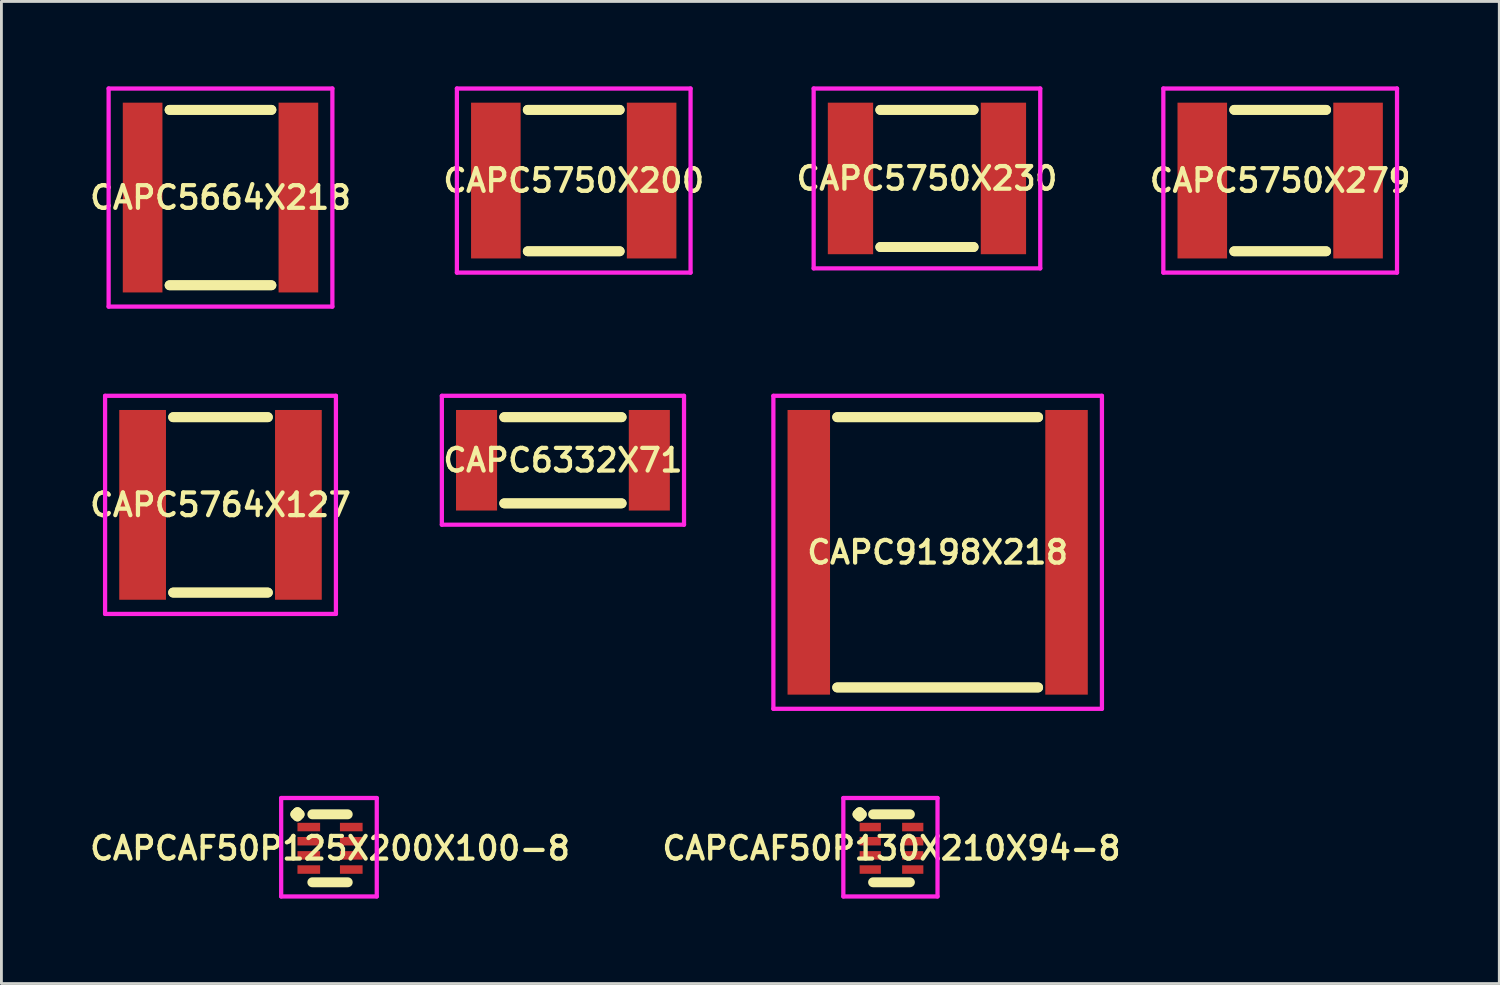
<source format=kicad_pcb>
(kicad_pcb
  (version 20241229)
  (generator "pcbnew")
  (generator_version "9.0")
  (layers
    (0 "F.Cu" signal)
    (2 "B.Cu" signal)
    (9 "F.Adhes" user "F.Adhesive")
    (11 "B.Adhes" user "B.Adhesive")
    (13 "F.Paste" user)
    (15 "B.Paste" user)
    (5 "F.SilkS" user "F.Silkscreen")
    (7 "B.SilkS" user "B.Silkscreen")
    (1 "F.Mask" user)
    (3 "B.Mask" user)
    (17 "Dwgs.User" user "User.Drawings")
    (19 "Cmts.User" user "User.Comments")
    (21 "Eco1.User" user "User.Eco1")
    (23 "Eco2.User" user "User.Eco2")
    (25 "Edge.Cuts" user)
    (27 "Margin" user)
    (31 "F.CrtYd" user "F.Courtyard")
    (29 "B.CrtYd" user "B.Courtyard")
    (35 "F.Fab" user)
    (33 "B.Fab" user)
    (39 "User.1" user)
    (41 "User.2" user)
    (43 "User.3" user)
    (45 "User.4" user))
  (footprint "CAPC5764X127"
    (layer "F.Cu")
    (at 4.735 14.775)
    (property "Reference" "CAPC5764X127" (at 0 0 0) (layer "F.SilkS") (effects (font (size 0.8 0.8) (thickness 0.15))))
    (attr smd)
    (fp_line (start -1.671 -3.096) (end 1.671 -3.096) (stroke (width 0.35) (type solid)) (layer "F.SilkS"))
    (fp_line (start -1.671 3.096) (end 1.671 3.096) (stroke (width 0.35) (type solid)) (layer "F.SilkS"))
    (fp_line (start 1.671 -3.096) (end -1.671 -3.096) (stroke (width 0.35) (type solid)) (layer "F.SilkS"))
    (fp_line (start 1.671 3.096) (end -1.671 3.096) (stroke (width 0.35) (type solid)) (layer "F.SilkS"))
    (fp_line (start -4.075 -3.85) (end 4.075 -3.85) (stroke (width 0.15) (type solid)) (layer "F.CrtYd"))
    (fp_line (start -4.075 3.85) (end -4.075 -3.85) (stroke (width 0.15) (type solid)) (layer "F.CrtYd"))
    (fp_line (start 4.075 -3.85) (end 4.075 3.85) (stroke (width 0.15) (type solid)) (layer "F.CrtYd"))
    (fp_line (start 4.075 3.85) (end -4.075 3.85) (stroke (width 0.15) (type solid)) (layer "F.CrtYd"))
    (pad "1" smd rect (at -2.75 0) (size 1.65 6.7) (layers "F.Cu" "F.Mask" "F.Paste"))
    (pad "2" smd rect (at 2.75 0) (size 1.65 6.7) (layers "F.Cu" "F.Mask" "F.Paste")))
  (footprint "CAPC5750X279"
    (layer "F.Cu")
    (at 42.148 3.325)
    (property "Reference" "CAPC5750X279" (at 0 0 0) (layer "F.SilkS") (effects (font (size 0.8 0.8) (thickness 0.15))))
    (attr smd)
    (fp_line (start -1.621 -2.496) (end 1.621 -2.496) (stroke (width 0.35) (type solid)) (layer "F.SilkS"))
    (fp_line (start -1.621 2.496) (end 1.621 2.496) (stroke (width 0.35) (type solid)) (layer "F.SilkS"))
    (fp_line (start 1.621 -2.496) (end -1.621 -2.496) (stroke (width 0.35) (type solid)) (layer "F.SilkS"))
    (fp_line (start 1.621 2.496) (end -1.621 2.496) (stroke (width 0.35) (type solid)) (layer "F.SilkS"))
    (fp_line (start -4.125 -3.25) (end 4.125 -3.25) (stroke (width 0.15) (type solid)) (layer "F.CrtYd"))
    (fp_line (start -4.125 3.25) (end -4.125 -3.25) (stroke (width 0.15) (type solid)) (layer "F.CrtYd"))
    (fp_line (start 4.125 -3.25) (end 4.125 3.25) (stroke (width 0.15) (type solid)) (layer "F.CrtYd"))
    (fp_line (start 4.125 3.25) (end -4.125 3.25) (stroke (width 0.15) (type solid)) (layer "F.CrtYd"))
    (pad "1" smd rect (at -2.75 0) (size 1.75 5.5) (layers "F.Cu" "F.Mask" "F.Paste"))
    (pad "2" smd rect (at 2.75 0) (size 1.75 5.5) (layers "F.Cu" "F.Mask" "F.Paste")))
  (footprint "CAPC5664X218"
    (layer "F.Cu")
    (at 4.735 3.925)
    (property "Reference" "CAPC5664X218" (at 0 0 0) (layer "F.SilkS") (effects (font (size 0.8 0.8) (thickness 0.15))))
    (attr smd)
    (fp_line (start -1.796 -3.096) (end 1.796 -3.096) (stroke (width 0.35) (type solid)) (layer "F.SilkS"))
    (fp_line (start -1.796 3.096) (end 1.796 3.096) (stroke (width 0.35) (type solid)) (layer "F.SilkS"))
    (fp_line (start 1.796 -3.096) (end -1.796 -3.096) (stroke (width 0.35) (type solid)) (layer "F.SilkS"))
    (fp_line (start 1.796 3.096) (end -1.796 3.096) (stroke (width 0.35) (type solid)) (layer "F.SilkS"))
    (fp_line (start -3.95 -3.85) (end 3.95 -3.85) (stroke (width 0.15) (type solid)) (layer "F.CrtYd"))
    (fp_line (start -3.95 3.85) (end -3.95 -3.85) (stroke (width 0.15) (type solid)) (layer "F.CrtYd"))
    (fp_line (start 3.95 -3.85) (end 3.95 3.85) (stroke (width 0.15) (type solid)) (layer "F.CrtYd"))
    (fp_line (start 3.95 3.85) (end -3.95 3.85) (stroke (width 0.15) (type solid)) (layer "F.CrtYd"))
    (pad "1" smd rect (at -2.75 0) (size 1.4 6.7) (layers "F.Cu" "F.Mask" "F.Paste"))
    (pad "2" smd rect (at 2.75 0) (size 1.4 6.7) (layers "F.Cu" "F.Mask" "F.Paste")))
  (footprint "CAPC9198X218"
    (layer "F.Cu")
    (at 30.055 16.45)
    (property "Reference" "CAPC9198X218" (at 0 0 0) (layer "F.SilkS") (effects (font (size 0.8 0.8) (thickness 0.15))))
    (attr smd)
    (fp_line (start -3.546 -4.771) (end 3.546 -4.771) (stroke (width 0.35) (type solid)) (layer "F.SilkS"))
    (fp_line (start -3.546 4.771) (end 3.546 4.771) (stroke (width 0.35) (type solid)) (layer "F.SilkS"))
    (fp_line (start 3.546 -4.771) (end -3.546 -4.771) (stroke (width 0.35) (type solid)) (layer "F.SilkS"))
    (fp_line (start 3.546 4.771) (end -3.546 4.771) (stroke (width 0.35) (type solid)) (layer "F.SilkS"))
    (fp_line (start -5.8 -5.525) (end 5.8 -5.525) (stroke (width 0.15) (type solid)) (layer "F.CrtYd"))
    (fp_line (start -5.8 5.525) (end -5.8 -5.525) (stroke (width 0.15) (type solid)) (layer "F.CrtYd"))
    (fp_line (start 5.8 -5.525) (end 5.8 5.525) (stroke (width 0.15) (type solid)) (layer "F.CrtYd"))
    (fp_line (start 5.8 5.525) (end -5.8 5.525) (stroke (width 0.15) (type solid)) (layer "F.CrtYd"))
    (pad "1" smd rect (at -4.55 0) (size 1.5 10.05) (layers "F.Cu" "F.Mask" "F.Paste"))
    (pad "2" smd rect (at 4.55 0) (size 1.5 10.05) (layers "F.Cu" "F.Mask" "F.Paste")))
  (footprint "CAPCAF50P130X210X94-8"
    (layer "F.Cu")
    (at 28.425 26.9)
    (property "Reference" "CAPCAF50P130X210X94-8" (at 0 0 0) (layer "F.SilkS") (effects (font (size 0.8 0.8) (thickness 0.15))))
    (attr smd)
    (fp_line (start -1.2 -1.2) (end -1.125 -1.275) (stroke (width 0.35) (type solid)) (layer "F.SilkS"))
    (fp_line (start -1.125 -1.275) (end -1.05 -1.2) (stroke (width 0.35) (type solid)) (layer "F.SilkS"))
    (fp_line (start -1.125 -1.125) (end -1.2 -1.2) (stroke (width 0.35) (type solid)) (layer "F.SilkS"))
    (fp_line (start -1.05 -1.2) (end -1.125 -1.125) (stroke (width 0.35) (type solid)) (layer "F.SilkS"))
    (fp_line (start -0.65 -1.2) (end 0.65 -1.2) (stroke (width 0.35) (type solid)) (layer "F.SilkS"))
    (fp_line (start -0.65 1.2) (end 0.65 1.2) (stroke (width 0.35) (type solid)) (layer "F.SilkS"))
    (fp_line (start -1.7 -1.775) (end 1.625 -1.775) (stroke (width 0.15) (type solid)) (layer "F.CrtYd"))
    (fp_line (start -1.7 1.7) (end -1.7 -1.775) (stroke (width 0.15) (type solid)) (layer "F.CrtYd"))
    (fp_line (start 1.625 -1.775) (end 1.625 1.7) (stroke (width 0.15) (type solid)) (layer "F.CrtYd"))
    (fp_line (start 1.625 1.7) (end -1.7 1.7) (stroke (width 0.15) (type solid)) (layer "F.CrtYd"))
    (pad "1" smd rect (at -0.75 -0.75) (size 0.75 0.3) (layers "F.Cu" "F.Mask" "F.Paste"))
    (pad "2" smd rect (at -0.75 -0.25) (size 0.75 0.3) (layers "F.Cu" "F.Mask" "F.Paste"))
    (pad "3" smd rect (at -0.75 0.25) (size 0.75 0.3) (layers "F.Cu" "F.Mask" "F.Paste"))
    (pad "4" smd rect (at -0.75 0.75) (size 0.75 0.3) (layers "F.Cu" "F.Mask" "F.Paste"))
    (pad "5" smd rect (at 0.75 0.75) (size 0.75 0.3) (layers "F.Cu" "F.Mask" "F.Paste"))
    (pad "6" smd rect (at 0.75 0.25) (size 0.75 0.3) (layers "F.Cu" "F.Mask" "F.Paste"))
    (pad "7" smd rect (at 0.75 -0.25) (size 0.75 0.3) (layers "F.Cu" "F.Mask" "F.Paste"))
    (pad "8" smd rect (at 0.75 -0.75) (size 0.75 0.3) (layers "F.Cu" "F.Mask" "F.Paste")))
  (footprint "CAPC5750X200"
    (layer "F.Cu")
    (at 17.206 3.325)
    (property "Reference" "CAPC5750X200" (at 0 0 0) (layer "F.SilkS") (effects (font (size 0.8 0.8) (thickness 0.15))))
    (attr smd)
    (fp_line (start -1.621 -2.496) (end 1.621 -2.496) (stroke (width 0.35) (type solid)) (layer "F.SilkS"))
    (fp_line (start -1.621 2.496) (end 1.621 2.496) (stroke (width 0.35) (type solid)) (layer "F.SilkS"))
    (fp_line (start 1.621 -2.496) (end -1.621 -2.496) (stroke (width 0.35) (type solid)) (layer "F.SilkS"))
    (fp_line (start 1.621 2.496) (end -1.621 2.496) (stroke (width 0.35) (type solid)) (layer "F.SilkS"))
    (fp_line (start -4.125 -3.25) (end 4.125 -3.25) (stroke (width 0.15) (type solid)) (layer "F.CrtYd"))
    (fp_line (start -4.125 3.25) (end -4.125 -3.25) (stroke (width 0.15) (type solid)) (layer "F.CrtYd"))
    (fp_line (start 4.125 -3.25) (end 4.125 3.25) (stroke (width 0.15) (type solid)) (layer "F.CrtYd"))
    (fp_line (start 4.125 3.25) (end -4.125 3.25) (stroke (width 0.15) (type solid)) (layer "F.CrtYd"))
    (pad "1" smd rect (at -2.75 0) (size 1.75 5.5) (layers "F.Cu" "F.Mask" "F.Paste"))
    (pad "2" smd rect (at 2.75 0) (size 1.75 5.5) (layers "F.Cu" "F.Mask" "F.Paste")))
  (footprint "CAPC5750X230"
    (layer "F.Cu")
    (at 29.677 3.25)
    (property "Reference" "CAPC5750X230" (at 0 0 0) (layer "F.SilkS") (effects (font (size 0.8 0.8) (thickness 0.15))))
    (attr smd)
    (fp_line (start -1.646 -2.421) (end 1.646 -2.421) (stroke (width 0.35) (type solid)) (layer "F.SilkS"))
    (fp_line (start -1.646 2.421) (end 1.646 2.421) (stroke (width 0.35) (type solid)) (layer "F.SilkS"))
    (fp_line (start 1.646 -2.421) (end -1.646 -2.421) (stroke (width 0.35) (type solid)) (layer "F.SilkS"))
    (fp_line (start 1.646 2.421) (end -1.646 2.421) (stroke (width 0.35) (type solid)) (layer "F.SilkS"))
    (fp_line (start -4 -3.175) (end 4 -3.175) (stroke (width 0.15) (type solid)) (layer "F.CrtYd"))
    (fp_line (start -4 3.175) (end -4 -3.175) (stroke (width 0.15) (type solid)) (layer "F.CrtYd"))
    (fp_line (start 4 -3.175) (end 4 3.175) (stroke (width 0.15) (type solid)) (layer "F.CrtYd"))
    (fp_line (start 4 3.175) (end -4 3.175) (stroke (width 0.15) (type solid)) (layer "F.CrtYd"))
    (pad "1" smd rect (at -2.7 0) (size 1.6 5.35) (layers "F.Cu" "F.Mask" "F.Paste"))
    (pad "2" smd rect (at 2.7 0) (size 1.6 5.35) (layers "F.Cu" "F.Mask" "F.Paste")))
  (footprint "CAPCAF50P125X200X100-8"
    (layer "F.Cu")
    (at 8.602 26.9)
    (property "Reference" "CAPCAF50P125X200X100-8" (at 0 0 0) (layer "F.SilkS") (effects (font (size 0.8 0.8) (thickness 0.15))))
    (attr smd)
    (fp_line (start -1.225 -1.2) (end -1.15 -1.275) (stroke (width 0.35) (type solid)) (layer "F.SilkS"))
    (fp_line (start -1.15 -1.275) (end -1.075 -1.2) (stroke (width 0.35) (type solid)) (layer "F.SilkS"))
    (fp_line (start -1.15 -1.125) (end -1.225 -1.2) (stroke (width 0.35) (type solid)) (layer "F.SilkS"))
    (fp_line (start -1.075 -1.2) (end -1.15 -1.125) (stroke (width 0.35) (type solid)) (layer "F.SilkS"))
    (fp_line (start -0.625 -1.2) (end 0.625 -1.2) (stroke (width 0.35) (type solid)) (layer "F.SilkS"))
    (fp_line (start -0.625 1.2) (end 0.625 1.2) (stroke (width 0.35) (type solid)) (layer "F.SilkS"))
    (fp_line (start -1.725 -1.775) (end 1.65 -1.775) (stroke (width 0.15) (type solid)) (layer "F.CrtYd"))
    (fp_line (start -1.725 1.7) (end -1.725 -1.775) (stroke (width 0.15) (type solid)) (layer "F.CrtYd"))
    (fp_line (start 1.65 -1.775) (end 1.65 1.7) (stroke (width 0.15) (type solid)) (layer "F.CrtYd"))
    (fp_line (start 1.65 1.7) (end -1.725 1.7) (stroke (width 0.15) (type solid)) (layer "F.CrtYd"))
    (pad "1" smd rect (at -0.75 -0.75) (size 0.8 0.3) (layers "F.Cu" "F.Mask" "F.Paste"))
    (pad "2" smd rect (at -0.75 -0.25) (size 0.8 0.3) (layers "F.Cu" "F.Mask" "F.Paste"))
    (pad "3" smd rect (at -0.75 0.25) (size 0.8 0.3) (layers "F.Cu" "F.Mask" "F.Paste"))
    (pad "4" smd rect (at -0.75 0.75) (size 0.8 0.3) (layers "F.Cu" "F.Mask" "F.Paste"))
    (pad "5" smd rect (at 0.75 0.75) (size 0.8 0.3) (layers "F.Cu" "F.Mask" "F.Paste"))
    (pad "6" smd rect (at 0.75 0.25) (size 0.8 0.3) (layers "F.Cu" "F.Mask" "F.Paste"))
    (pad "7" smd rect (at 0.75 -0.25) (size 0.8 0.3) (layers "F.Cu" "F.Mask" "F.Paste"))
    (pad "8" smd rect (at 0.75 -0.75) (size 0.8 0.3) (layers "F.Cu" "F.Mask" "F.Paste")))
  (footprint "CAPC6332X71"
    (layer "F.Cu")
    (at 16.825 13.2)
    (property "Reference" "CAPC6332X71" (at 0 0 0) (layer "F.SilkS") (effects (font (size 0.8 0.8) (thickness 0.15))))
    (attr smd)
    (fp_line (start -2.071 -1.521) (end 2.071 -1.521) (stroke (width 0.35) (type solid)) (layer "F.SilkS"))
    (fp_line (start -2.071 1.521) (end 2.071 1.521) (stroke (width 0.35) (type solid)) (layer "F.SilkS"))
    (fp_line (start 2.071 -1.521) (end -2.071 -1.521) (stroke (width 0.35) (type solid)) (layer "F.SilkS"))
    (fp_line (start 2.071 1.521) (end -2.071 1.521) (stroke (width 0.35) (type solid)) (layer "F.SilkS"))
    (fp_line (start -4.275 -2.275) (end 4.275 -2.275) (stroke (width 0.15) (type solid)) (layer "F.CrtYd"))
    (fp_line (start -4.275 2.275) (end -4.275 -2.275) (stroke (width 0.15) (type solid)) (layer "F.CrtYd"))
    (fp_line (start 4.275 -2.275) (end 4.275 2.275) (stroke (width 0.15) (type solid)) (layer "F.CrtYd"))
    (fp_line (start 4.275 2.275) (end -4.275 2.275) (stroke (width 0.15) (type solid)) (layer "F.CrtYd"))
    (pad "1" smd rect (at -3.05 0) (size 1.45 3.55) (layers "F.Cu" "F.Mask" "F.Paste"))
    (pad "2" smd rect (at 3.05 0) (size 1.45 3.55) (layers "F.Cu" "F.Mask" "F.Paste")))
  (gr_rect
    (start -3 -3)
    (end 49.884 31.675)
    (stroke (width 0.1) (type default))
    (fill no)
    (layer "Edge.Cuts")))
</source>
